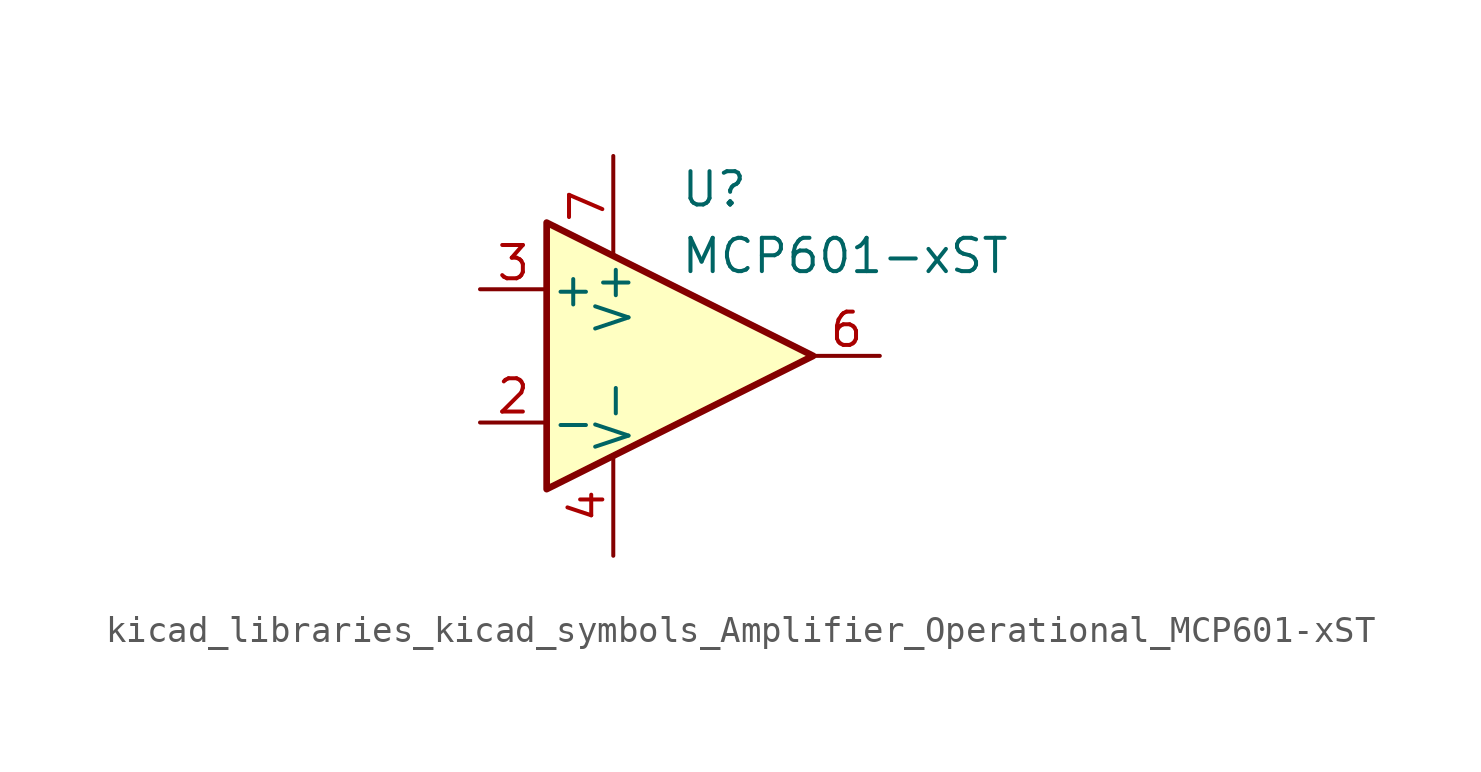
<source format=kicad_sym>
(kicad_symbol_lib
  (version 20220914)
  (generator kicad_symbol_editor)
  (symbol "kicad_libraries_kicad_symbols_Amplifier_Operational_MCP601-xST"
    (pin_names
      (offset 0.127))
    (property "Reference" "U"
      (at 0 6.35 0)
      (effects (font (size 1.27 1.27)) (justify left)))
    (property "Value" "MCP601-xST"
      (at 0 3.81 0)
      (effects (font (size 1.27 1.27)) (justify left)))
    (symbol "kicad_libraries_kicad_symbols_Amplifier_Operational_MCP601-xST_0_1"
      (polyline (pts (xy -5.08 5.08) (xy 5.08 0) (xy -5.08 -5.08) (xy -5.08 5.08)) (stroke (width 0.254) (type default)) (fill (type background))))
    (symbol "kicad_libraries_kicad_symbols_Amplifier_Operational_MCP601-xST_1_1"
      (pin no_connect line (at -2.54 2.54 270) (length 2.54) hide (name "NC" (effects (font (size 1.27 1.27)))) (number "1" (effects (font (size 1.27 1.27)))))
      (pin input line (at -7.62 -2.54 0) (length 2.54) (name "-" (effects (font (size 1.27 1.27)))) (number "2" (effects (font (size 1.27 1.27)))))
      (pin input line (at -7.62 2.54 0) (length 2.54) (name "+" (effects (font (size 1.27 1.27)))) (number "3" (effects (font (size 1.27 1.27)))))
      (pin power_in line (at -2.54 -7.62 90) (length 3.81) (name "V-" (effects (font (size 1.27 1.27)))) (number "4" (effects (font (size 1.27 1.27)))))
      (pin no_connect line (at 0 2.54 270) (length 2.54) hide (name "NC" (effects (font (size 1.27 1.27)))) (number "5" (effects (font (size 1.27 1.27)))))
      (pin output line (at 7.62 0 180) (length 2.54) (name "~" (effects (font (size 1.27 1.27)))) (number "6" (effects (font (size 1.27 1.27)))))
      (pin power_in line (at -2.54 7.62 270) (length 3.81) (name "V+" (effects (font (size 1.27 1.27)))) (number "7" (effects (font (size 1.27 1.27)))))
      (pin no_connect line (at 0 -2.54 90) (length 2.54) hide (name "NC" (effects (font (size 1.27 1.27)))) (number "8" (effects (font (size 1.27 1.27))))))))
</source>
